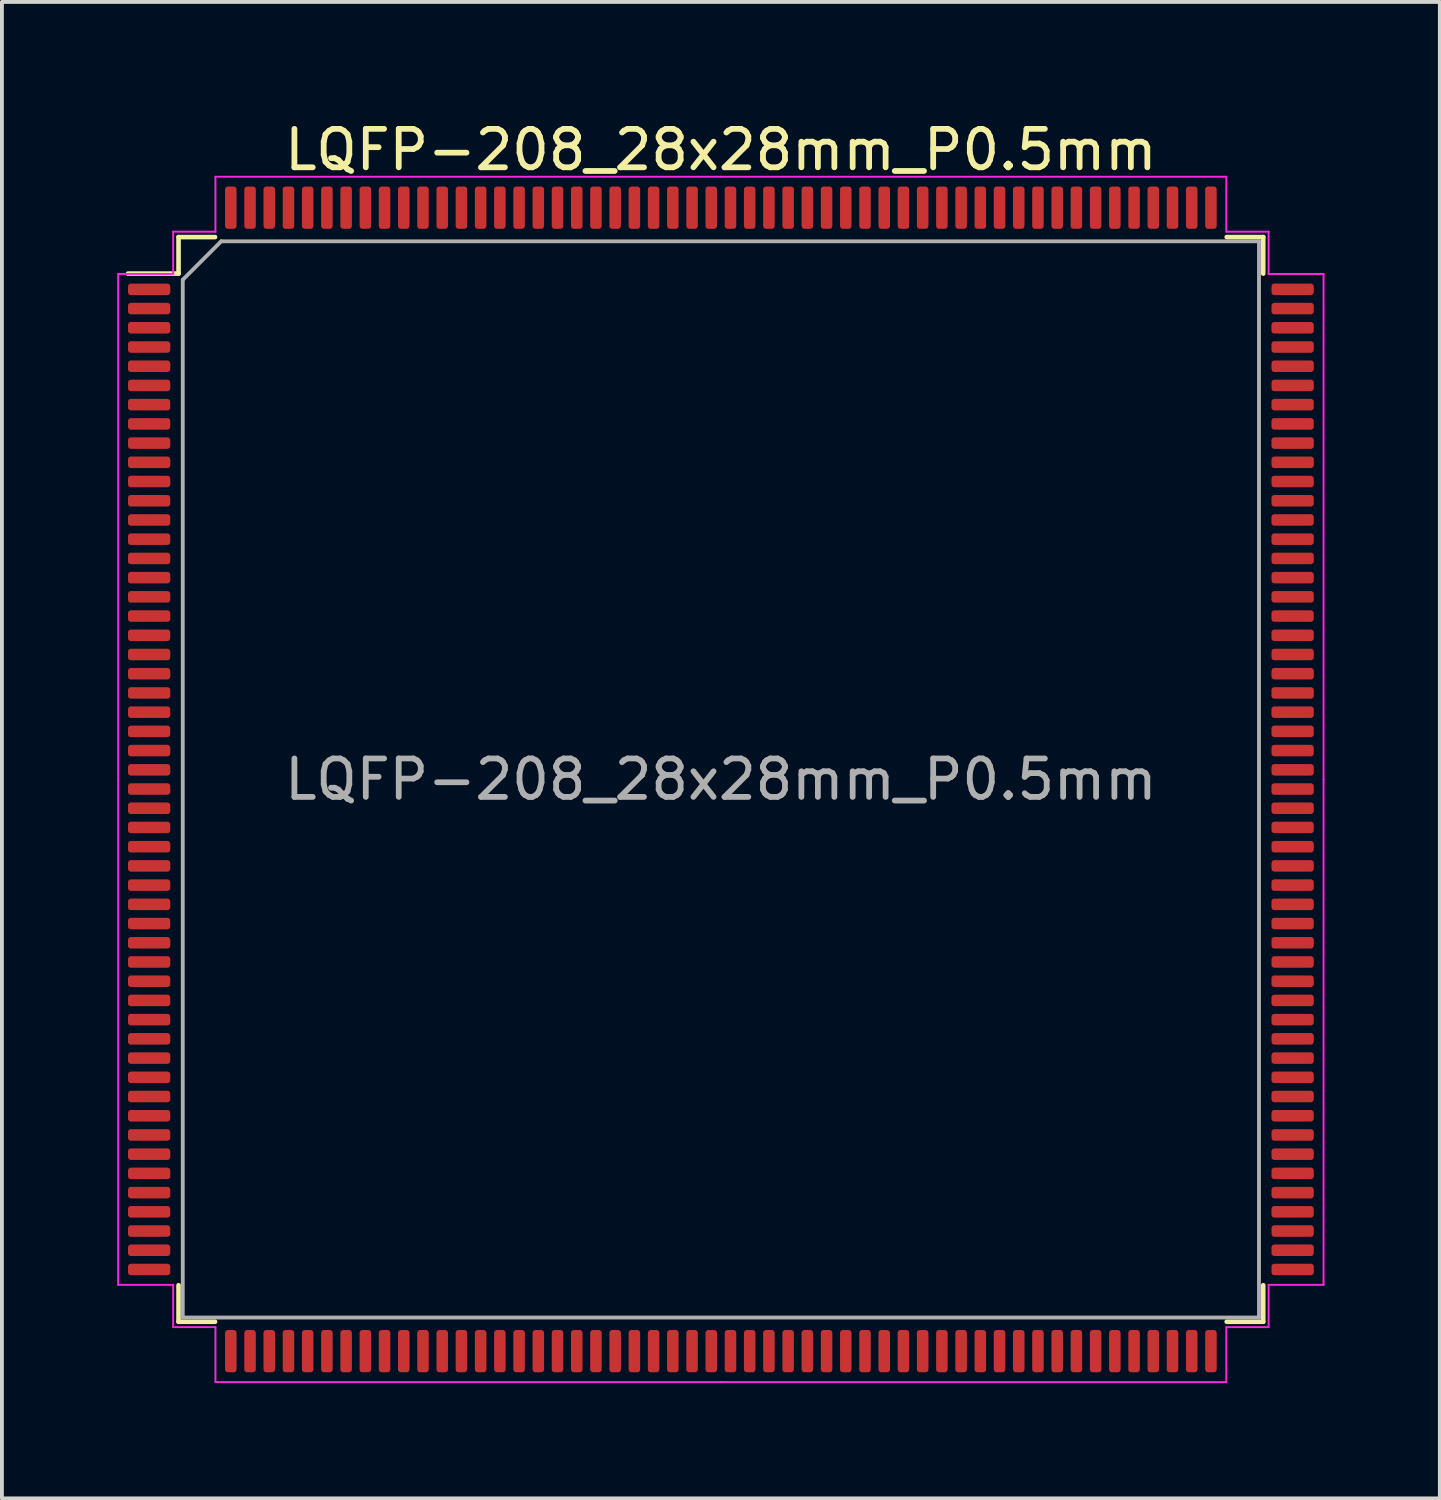
<source format=kicad_pcb>
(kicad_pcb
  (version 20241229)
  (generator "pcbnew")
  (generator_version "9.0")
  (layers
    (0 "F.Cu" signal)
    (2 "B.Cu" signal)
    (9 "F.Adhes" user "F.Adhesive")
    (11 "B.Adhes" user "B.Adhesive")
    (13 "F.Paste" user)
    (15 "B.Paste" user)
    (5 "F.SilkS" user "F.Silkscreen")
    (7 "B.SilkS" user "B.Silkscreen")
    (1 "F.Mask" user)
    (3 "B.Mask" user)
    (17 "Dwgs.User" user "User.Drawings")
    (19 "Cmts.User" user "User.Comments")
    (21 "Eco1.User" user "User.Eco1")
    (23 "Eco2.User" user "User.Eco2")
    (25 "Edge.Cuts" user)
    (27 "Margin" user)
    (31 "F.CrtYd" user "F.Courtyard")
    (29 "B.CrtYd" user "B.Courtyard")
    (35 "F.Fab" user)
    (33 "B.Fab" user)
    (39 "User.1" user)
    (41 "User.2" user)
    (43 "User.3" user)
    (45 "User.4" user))
  (footprint "LQFP-208_28x28mm_P0.5mm"
    (layer "F.Cu")
    (at 15.705 17.228)
    (property "Reference" "LQFP-208_28x28mm_P0.5mm" (at 0 -16.38 0) (layer "F.SilkS") (effects (font (size 1 1) (thickness 0.15))))
    (attr smd)
    (fp_line (start -14.11 -14.11) (end -14.11 -13.16) (stroke (width 0.12) (type solid)) (layer "F.SilkS"))
    (fp_line (start -14.11 -13.16) (end -15.425 -13.16) (stroke (width 0.12) (type solid)) (layer "F.SilkS"))
    (fp_line (start -14.11 14.11) (end -14.11 13.16) (stroke (width 0.12) (type solid)) (layer "F.SilkS"))
    (fp_line (start -13.16 -14.11) (end -14.11 -14.11) (stroke (width 0.12) (type solid)) (layer "F.SilkS"))
    (fp_line (start -13.16 14.11) (end -14.11 14.11) (stroke (width 0.12) (type solid)) (layer "F.SilkS"))
    (fp_line (start 13.16 -14.11) (end 14.11 -14.11) (stroke (width 0.12) (type solid)) (layer "F.SilkS"))
    (fp_line (start 13.16 14.11) (end 14.11 14.11) (stroke (width 0.12) (type solid)) (layer "F.SilkS"))
    (fp_line (start 14.11 -14.11) (end 14.11 -13.16) (stroke (width 0.12) (type solid)) (layer "F.SilkS"))
    (fp_line (start 14.11 14.11) (end 14.11 13.16) (stroke (width 0.12) (type solid)) (layer "F.SilkS"))
    (fp_line (start -15.68 -13.15) (end -15.68 0) (stroke (width 0.05) (type solid)) (layer "F.CrtYd"))
    (fp_line (start -15.68 13.15) (end -15.68 0) (stroke (width 0.05) (type solid)) (layer "F.CrtYd"))
    (fp_line (start -14.25 -14.25) (end -14.25 -13.15) (stroke (width 0.05) (type solid)) (layer "F.CrtYd"))
    (fp_line (start -14.25 -13.15) (end -15.68 -13.15) (stroke (width 0.05) (type solid)) (layer "F.CrtYd"))
    (fp_line (start -14.25 13.15) (end -15.68 13.15) (stroke (width 0.05) (type solid)) (layer "F.CrtYd"))
    (fp_line (start -14.25 14.25) (end -14.25 13.15) (stroke (width 0.05) (type solid)) (layer "F.CrtYd"))
    (fp_line (start -13.15 -15.68) (end -13.15 -14.25) (stroke (width 0.05) (type solid)) (layer "F.CrtYd"))
    (fp_line (start -13.15 -14.25) (end -14.25 -14.25) (stroke (width 0.05) (type solid)) (layer "F.CrtYd"))
    (fp_line (start -13.15 14.25) (end -14.25 14.25) (stroke (width 0.05) (type solid)) (layer "F.CrtYd"))
    (fp_line (start -13.15 15.68) (end -13.15 14.25) (stroke (width 0.05) (type solid)) (layer "F.CrtYd"))
    (fp_line (start 0 -15.68) (end -13.15 -15.68) (stroke (width 0.05) (type solid)) (layer "F.CrtYd"))
    (fp_line (start 0 -15.68) (end 13.15 -15.68) (stroke (width 0.05) (type solid)) (layer "F.CrtYd"))
    (fp_line (start 0 15.68) (end -13.15 15.68) (stroke (width 0.05) (type solid)) (layer "F.CrtYd"))
    (fp_line (start 0 15.68) (end 13.15 15.68) (stroke (width 0.05) (type solid)) (layer "F.CrtYd"))
    (fp_line (start 13.15 -15.68) (end 13.15 -14.25) (stroke (width 0.05) (type solid)) (layer "F.CrtYd"))
    (fp_line (start 13.15 -14.25) (end 14.25 -14.25) (stroke (width 0.05) (type solid)) (layer "F.CrtYd"))
    (fp_line (start 13.15 14.25) (end 14.25 14.25) (stroke (width 0.05) (type solid)) (layer "F.CrtYd"))
    (fp_line (start 13.15 15.68) (end 13.15 14.25) (stroke (width 0.05) (type solid)) (layer "F.CrtYd"))
    (fp_line (start 14.25 -14.25) (end 14.25 -13.15) (stroke (width 0.05) (type solid)) (layer "F.CrtYd"))
    (fp_line (start 14.25 -13.15) (end 15.68 -13.15) (stroke (width 0.05) (type solid)) (layer "F.CrtYd"))
    (fp_line (start 14.25 13.15) (end 15.68 13.15) (stroke (width 0.05) (type solid)) (layer "F.CrtYd"))
    (fp_line (start 14.25 14.25) (end 14.25 13.15) (stroke (width 0.05) (type solid)) (layer "F.CrtYd"))
    (fp_line (start 15.68 -13.15) (end 15.68 0) (stroke (width 0.05) (type solid)) (layer "F.CrtYd"))
    (fp_line (start 15.68 13.15) (end 15.68 0) (stroke (width 0.05) (type solid)) (layer "F.CrtYd"))
    (fp_line (start -14 -13) (end -13 -14) (stroke (width 0.1) (type solid)) (layer "F.Fab"))
    (fp_line (start -14 14) (end -14 -13) (stroke (width 0.1) (type solid)) (layer "F.Fab"))
    (fp_line (start -13 -14) (end 14 -14) (stroke (width 0.1) (type solid)) (layer "F.Fab"))
    (fp_line (start 14 -14) (end 14 14) (stroke (width 0.1) (type solid)) (layer "F.Fab"))
    (fp_line (start 14 14) (end -14 14) (stroke (width 0.1) (type solid)) (layer "F.Fab"))
    (fp_text user "${REFERENCE}" (at 0 0 0) (layer "F.Fab") (effects (font (size 1 1) (thickness 0.15))))
    (pad "1" smd roundrect (at -14.875 -12.75) (size 1.1 0.3) (layers "F.Cu" "F.Mask" "F.Paste") (roundrect_rratio 0.25))
    (pad "2" smd roundrect (at -14.875 -12.25) (size 1.1 0.3) (layers "F.Cu" "F.Mask" "F.Paste") (roundrect_rratio 0.25))
    (pad "3" smd roundrect (at -14.875 -11.75) (size 1.1 0.3) (layers "F.Cu" "F.Mask" "F.Paste") (roundrect_rratio 0.25))
    (pad "4" smd roundrect (at -14.875 -11.25) (size 1.1 0.3) (layers "F.Cu" "F.Mask" "F.Paste") (roundrect_rratio 0.25))
    (pad "5" smd roundrect (at -14.875 -10.75) (size 1.1 0.3) (layers "F.Cu" "F.Mask" "F.Paste") (roundrect_rratio 0.25))
    (pad "6" smd roundrect (at -14.875 -10.25) (size 1.1 0.3) (layers "F.Cu" "F.Mask" "F.Paste") (roundrect_rratio 0.25))
    (pad "7" smd roundrect (at -14.875 -9.75) (size 1.1 0.3) (layers "F.Cu" "F.Mask" "F.Paste") (roundrect_rratio 0.25))
    (pad "8" smd roundrect (at -14.875 -9.25) (size 1.1 0.3) (layers "F.Cu" "F.Mask" "F.Paste") (roundrect_rratio 0.25))
    (pad "9" smd roundrect (at -14.875 -8.75) (size 1.1 0.3) (layers "F.Cu" "F.Mask" "F.Paste") (roundrect_rratio 0.25))
    (pad "10" smd roundrect (at -14.875 -8.25) (size 1.1 0.3) (layers "F.Cu" "F.Mask" "F.Paste") (roundrect_rratio 0.25))
    (pad "11" smd roundrect (at -14.875 -7.75) (size 1.1 0.3) (layers "F.Cu" "F.Mask" "F.Paste") (roundrect_rratio 0.25))
    (pad "12" smd roundrect (at -14.875 -7.25) (size 1.1 0.3) (layers "F.Cu" "F.Mask" "F.Paste") (roundrect_rratio 0.25))
    (pad "13" smd roundrect (at -14.875 -6.75) (size 1.1 0.3) (layers "F.Cu" "F.Mask" "F.Paste") (roundrect_rratio 0.25))
    (pad "14" smd roundrect (at -14.875 -6.25) (size 1.1 0.3) (layers "F.Cu" "F.Mask" "F.Paste") (roundrect_rratio 0.25))
    (pad "15" smd roundrect (at -14.875 -5.75) (size 1.1 0.3) (layers "F.Cu" "F.Mask" "F.Paste") (roundrect_rratio 0.25))
    (pad "16" smd roundrect (at -14.875 -5.25) (size 1.1 0.3) (layers "F.Cu" "F.Mask" "F.Paste") (roundrect_rratio 0.25))
    (pad "17" smd roundrect (at -14.875 -4.75) (size 1.1 0.3) (layers "F.Cu" "F.Mask" "F.Paste") (roundrect_rratio 0.25))
    (pad "18" smd roundrect (at -14.875 -4.25) (size 1.1 0.3) (layers "F.Cu" "F.Mask" "F.Paste") (roundrect_rratio 0.25))
    (pad "19" smd roundrect (at -14.875 -3.75) (size 1.1 0.3) (layers "F.Cu" "F.Mask" "F.Paste") (roundrect_rratio 0.25))
    (pad "20" smd roundrect (at -14.875 -3.25) (size 1.1 0.3) (layers "F.Cu" "F.Mask" "F.Paste") (roundrect_rratio 0.25))
    (pad "21" smd roundrect (at -14.875 -2.75) (size 1.1 0.3) (layers "F.Cu" "F.Mask" "F.Paste") (roundrect_rratio 0.25))
    (pad "22" smd roundrect (at -14.875 -2.25) (size 1.1 0.3) (layers "F.Cu" "F.Mask" "F.Paste") (roundrect_rratio 0.25))
    (pad "23" smd roundrect (at -14.875 -1.75) (size 1.1 0.3) (layers "F.Cu" "F.Mask" "F.Paste") (roundrect_rratio 0.25))
    (pad "24" smd roundrect (at -14.875 -1.25) (size 1.1 0.3) (layers "F.Cu" "F.Mask" "F.Paste") (roundrect_rratio 0.25))
    (pad "25" smd roundrect (at -14.875 -0.75) (size 1.1 0.3) (layers "F.Cu" "F.Mask" "F.Paste") (roundrect_rratio 0.25))
    (pad "26" smd roundrect (at -14.875 -0.25) (size 1.1 0.3) (layers "F.Cu" "F.Mask" "F.Paste") (roundrect_rratio 0.25))
    (pad "27" smd roundrect (at -14.875 0.25) (size 1.1 0.3) (layers "F.Cu" "F.Mask" "F.Paste") (roundrect_rratio 0.25))
    (pad "28" smd roundrect (at -14.875 0.75) (size 1.1 0.3) (layers "F.Cu" "F.Mask" "F.Paste") (roundrect_rratio 0.25))
    (pad "29" smd roundrect (at -14.875 1.25) (size 1.1 0.3) (layers "F.Cu" "F.Mask" "F.Paste") (roundrect_rratio 0.25))
    (pad "30" smd roundrect (at -14.875 1.75) (size 1.1 0.3) (layers "F.Cu" "F.Mask" "F.Paste") (roundrect_rratio 0.25))
    (pad "31" smd roundrect (at -14.875 2.25) (size 1.1 0.3) (layers "F.Cu" "F.Mask" "F.Paste") (roundrect_rratio 0.25))
    (pad "32" smd roundrect (at -14.875 2.75) (size 1.1 0.3) (layers "F.Cu" "F.Mask" "F.Paste") (roundrect_rratio 0.25))
    (pad "33" smd roundrect (at -14.875 3.25) (size 1.1 0.3) (layers "F.Cu" "F.Mask" "F.Paste") (roundrect_rratio 0.25))
    (pad "34" smd roundrect (at -14.875 3.75) (size 1.1 0.3) (layers "F.Cu" "F.Mask" "F.Paste") (roundrect_rratio 0.25))
    (pad "35" smd roundrect (at -14.875 4.25) (size 1.1 0.3) (layers "F.Cu" "F.Mask" "F.Paste") (roundrect_rratio 0.25))
    (pad "36" smd roundrect (at -14.875 4.75) (size 1.1 0.3) (layers "F.Cu" "F.Mask" "F.Paste") (roundrect_rratio 0.25))
    (pad "37" smd roundrect (at -14.875 5.25) (size 1.1 0.3) (layers "F.Cu" "F.Mask" "F.Paste") (roundrect_rratio 0.25))
    (pad "38" smd roundrect (at -14.875 5.75) (size 1.1 0.3) (layers "F.Cu" "F.Mask" "F.Paste") (roundrect_rratio 0.25))
    (pad "39" smd roundrect (at -14.875 6.25) (size 1.1 0.3) (layers "F.Cu" "F.Mask" "F.Paste") (roundrect_rratio 0.25))
    (pad "40" smd roundrect (at -14.875 6.75) (size 1.1 0.3) (layers "F.Cu" "F.Mask" "F.Paste") (roundrect_rratio 0.25))
    (pad "41" smd roundrect (at -14.875 7.25) (size 1.1 0.3) (layers "F.Cu" "F.Mask" "F.Paste") (roundrect_rratio 0.25))
    (pad "42" smd roundrect (at -14.875 7.75) (size 1.1 0.3) (layers "F.Cu" "F.Mask" "F.Paste") (roundrect_rratio 0.25))
    (pad "43" smd roundrect (at -14.875 8.25) (size 1.1 0.3) (layers "F.Cu" "F.Mask" "F.Paste") (roundrect_rratio 0.25))
    (pad "44" smd roundrect (at -14.875 8.75) (size 1.1 0.3) (layers "F.Cu" "F.Mask" "F.Paste") (roundrect_rratio 0.25))
    (pad "45" smd roundrect (at -14.875 9.25) (size 1.1 0.3) (layers "F.Cu" "F.Mask" "F.Paste") (roundrect_rratio 0.25))
    (pad "46" smd roundrect (at -14.875 9.75) (size 1.1 0.3) (layers "F.Cu" "F.Mask" "F.Paste") (roundrect_rratio 0.25))
    (pad "47" smd roundrect (at -14.875 10.25) (size 1.1 0.3) (layers "F.Cu" "F.Mask" "F.Paste") (roundrect_rratio 0.25))
    (pad "48" smd roundrect (at -14.875 10.75) (size 1.1 0.3) (layers "F.Cu" "F.Mask" "F.Paste") (roundrect_rratio 0.25))
    (pad "49" smd roundrect (at -14.875 11.25) (size 1.1 0.3) (layers "F.Cu" "F.Mask" "F.Paste") (roundrect_rratio 0.25))
    (pad "50" smd roundrect (at -14.875 11.75) (size 1.1 0.3) (layers "F.Cu" "F.Mask" "F.Paste") (roundrect_rratio 0.25))
    (pad "51" smd roundrect (at -14.875 12.25) (size 1.1 0.3) (layers "F.Cu" "F.Mask" "F.Paste") (roundrect_rratio 0.25))
    (pad "52" smd roundrect (at -14.875 12.75) (size 1.1 0.3) (layers "F.Cu" "F.Mask" "F.Paste") (roundrect_rratio 0.25))
    (pad "53" smd roundrect (at -12.75 14.875) (size 0.3 1.1) (layers "F.Cu" "F.Mask" "F.Paste") (roundrect_rratio 0.25))
    (pad "54" smd roundrect (at -12.25 14.875) (size 0.3 1.1) (layers "F.Cu" "F.Mask" "F.Paste") (roundrect_rratio 0.25))
    (pad "55" smd roundrect (at -11.75 14.875) (size 0.3 1.1) (layers "F.Cu" "F.Mask" "F.Paste") (roundrect_rratio 0.25))
    (pad "56" smd roundrect (at -11.25 14.875) (size 0.3 1.1) (layers "F.Cu" "F.Mask" "F.Paste") (roundrect_rratio 0.25))
    (pad "57" smd roundrect (at -10.75 14.875) (size 0.3 1.1) (layers "F.Cu" "F.Mask" "F.Paste") (roundrect_rratio 0.25))
    (pad "58" smd roundrect (at -10.25 14.875) (size 0.3 1.1) (layers "F.Cu" "F.Mask" "F.Paste") (roundrect_rratio 0.25))
    (pad "59" smd roundrect (at -9.75 14.875) (size 0.3 1.1) (layers "F.Cu" "F.Mask" "F.Paste") (roundrect_rratio 0.25))
    (pad "60" smd roundrect (at -9.25 14.875) (size 0.3 1.1) (layers "F.Cu" "F.Mask" "F.Paste") (roundrect_rratio 0.25))
    (pad "61" smd roundrect (at -8.75 14.875) (size 0.3 1.1) (layers "F.Cu" "F.Mask" "F.Paste") (roundrect_rratio 0.25))
    (pad "62" smd roundrect (at -8.25 14.875) (size 0.3 1.1) (layers "F.Cu" "F.Mask" "F.Paste") (roundrect_rratio 0.25))
    (pad "63" smd roundrect (at -7.75 14.875) (size 0.3 1.1) (layers "F.Cu" "F.Mask" "F.Paste") (roundrect_rratio 0.25))
    (pad "64" smd roundrect (at -7.25 14.875) (size 0.3 1.1) (layers "F.Cu" "F.Mask" "F.Paste") (roundrect_rratio 0.25))
    (pad "65" smd roundrect (at -6.75 14.875) (size 0.3 1.1) (layers "F.Cu" "F.Mask" "F.Paste") (roundrect_rratio 0.25))
    (pad "66" smd roundrect (at -6.25 14.875) (size 0.3 1.1) (layers "F.Cu" "F.Mask" "F.Paste") (roundrect_rratio 0.25))
    (pad "67" smd roundrect (at -5.75 14.875) (size 0.3 1.1) (layers "F.Cu" "F.Mask" "F.Paste") (roundrect_rratio 0.25))
    (pad "68" smd roundrect (at -5.25 14.875) (size 0.3 1.1) (layers "F.Cu" "F.Mask" "F.Paste") (roundrect_rratio 0.25))
    (pad "69" smd roundrect (at -4.75 14.875) (size 0.3 1.1) (layers "F.Cu" "F.Mask" "F.Paste") (roundrect_rratio 0.25))
    (pad "70" smd roundrect (at -4.25 14.875) (size 0.3 1.1) (layers "F.Cu" "F.Mask" "F.Paste") (roundrect_rratio 0.25))
    (pad "71" smd roundrect (at -3.75 14.875) (size 0.3 1.1) (layers "F.Cu" "F.Mask" "F.Paste") (roundrect_rratio 0.25))
    (pad "72" smd roundrect (at -3.25 14.875) (size 0.3 1.1) (layers "F.Cu" "F.Mask" "F.Paste") (roundrect_rratio 0.25))
    (pad "73" smd roundrect (at -2.75 14.875) (size 0.3 1.1) (layers "F.Cu" "F.Mask" "F.Paste") (roundrect_rratio 0.25))
    (pad "74" smd roundrect (at -2.25 14.875) (size 0.3 1.1) (layers "F.Cu" "F.Mask" "F.Paste") (roundrect_rratio 0.25))
    (pad "75" smd roundrect (at -1.75 14.875) (size 0.3 1.1) (layers "F.Cu" "F.Mask" "F.Paste") (roundrect_rratio 0.25))
    (pad "76" smd roundrect (at -1.25 14.875) (size 0.3 1.1) (layers "F.Cu" "F.Mask" "F.Paste") (roundrect_rratio 0.25))
    (pad "77" smd roundrect (at -0.75 14.875) (size 0.3 1.1) (layers "F.Cu" "F.Mask" "F.Paste") (roundrect_rratio 0.25))
    (pad "78" smd roundrect (at -0.25 14.875) (size 0.3 1.1) (layers "F.Cu" "F.Mask" "F.Paste") (roundrect_rratio 0.25))
    (pad "79" smd roundrect (at 0.25 14.875) (size 0.3 1.1) (layers "F.Cu" "F.Mask" "F.Paste") (roundrect_rratio 0.25))
    (pad "80" smd roundrect (at 0.75 14.875) (size 0.3 1.1) (layers "F.Cu" "F.Mask" "F.Paste") (roundrect_rratio 0.25))
    (pad "81" smd roundrect (at 1.25 14.875) (size 0.3 1.1) (layers "F.Cu" "F.Mask" "F.Paste") (roundrect_rratio 0.25))
    (pad "82" smd roundrect (at 1.75 14.875) (size 0.3 1.1) (layers "F.Cu" "F.Mask" "F.Paste") (roundrect_rratio 0.25))
    (pad "83" smd roundrect (at 2.25 14.875) (size 0.3 1.1) (layers "F.Cu" "F.Mask" "F.Paste") (roundrect_rratio 0.25))
    (pad "84" smd roundrect (at 2.75 14.875) (size 0.3 1.1) (layers "F.Cu" "F.Mask" "F.Paste") (roundrect_rratio 0.25))
    (pad "85" smd roundrect (at 3.25 14.875) (size 0.3 1.1) (layers "F.Cu" "F.Mask" "F.Paste") (roundrect_rratio 0.25))
    (pad "86" smd roundrect (at 3.75 14.875) (size 0.3 1.1) (layers "F.Cu" "F.Mask" "F.Paste") (roundrect_rratio 0.25))
    (pad "87" smd roundrect (at 4.25 14.875) (size 0.3 1.1) (layers "F.Cu" "F.Mask" "F.Paste") (roundrect_rratio 0.25))
    (pad "88" smd roundrect (at 4.75 14.875) (size 0.3 1.1) (layers "F.Cu" "F.Mask" "F.Paste") (roundrect_rratio 0.25))
    (pad "89" smd roundrect (at 5.25 14.875) (size 0.3 1.1) (layers "F.Cu" "F.Mask" "F.Paste") (roundrect_rratio 0.25))
    (pad "90" smd roundrect (at 5.75 14.875) (size 0.3 1.1) (layers "F.Cu" "F.Mask" "F.Paste") (roundrect_rratio 0.25))
    (pad "91" smd roundrect (at 6.25 14.875) (size 0.3 1.1) (layers "F.Cu" "F.Mask" "F.Paste") (roundrect_rratio 0.25))
    (pad "92" smd roundrect (at 6.75 14.875) (size 0.3 1.1) (layers "F.Cu" "F.Mask" "F.Paste") (roundrect_rratio 0.25))
    (pad "93" smd roundrect (at 7.25 14.875) (size 0.3 1.1) (layers "F.Cu" "F.Mask" "F.Paste") (roundrect_rratio 0.25))
    (pad "94" smd roundrect (at 7.75 14.875) (size 0.3 1.1) (layers "F.Cu" "F.Mask" "F.Paste") (roundrect_rratio 0.25))
    (pad "95" smd roundrect (at 8.25 14.875) (size 0.3 1.1) (layers "F.Cu" "F.Mask" "F.Paste") (roundrect_rratio 0.25))
    (pad "96" smd roundrect (at 8.75 14.875) (size 0.3 1.1) (layers "F.Cu" "F.Mask" "F.Paste") (roundrect_rratio 0.25))
    (pad "97" smd roundrect (at 9.25 14.875) (size 0.3 1.1) (layers "F.Cu" "F.Mask" "F.Paste") (roundrect_rratio 0.25))
    (pad "98" smd roundrect (at 9.75 14.875) (size 0.3 1.1) (layers "F.Cu" "F.Mask" "F.Paste") (roundrect_rratio 0.25))
    (pad "99" smd roundrect (at 10.25 14.875) (size 0.3 1.1) (layers "F.Cu" "F.Mask" "F.Paste") (roundrect_rratio 0.25))
    (pad "100" smd roundrect (at 10.75 14.875) (size 0.3 1.1) (layers "F.Cu" "F.Mask" "F.Paste") (roundrect_rratio 0.25))
    (pad "101" smd roundrect (at 11.25 14.875) (size 0.3 1.1) (layers "F.Cu" "F.Mask" "F.Paste") (roundrect_rratio 0.25))
    (pad "102" smd roundrect (at 11.75 14.875) (size 0.3 1.1) (layers "F.Cu" "F.Mask" "F.Paste") (roundrect_rratio 0.25))
    (pad "103" smd roundrect (at 12.25 14.875) (size 0.3 1.1) (layers "F.Cu" "F.Mask" "F.Paste") (roundrect_rratio 0.25))
    (pad "104" smd roundrect (at 12.75 14.875) (size 0.3 1.1) (layers "F.Cu" "F.Mask" "F.Paste") (roundrect_rratio 0.25))
    (pad "105" smd roundrect (at 14.875 12.75) (size 1.1 0.3) (layers "F.Cu" "F.Mask" "F.Paste") (roundrect_rratio 0.25))
    (pad "106" smd roundrect (at 14.875 12.25) (size 1.1 0.3) (layers "F.Cu" "F.Mask" "F.Paste") (roundrect_rratio 0.25))
    (pad "107" smd roundrect (at 14.875 11.75) (size 1.1 0.3) (layers "F.Cu" "F.Mask" "F.Paste") (roundrect_rratio 0.25))
    (pad "108" smd roundrect (at 14.875 11.25) (size 1.1 0.3) (layers "F.Cu" "F.Mask" "F.Paste") (roundrect_rratio 0.25))
    (pad "109" smd roundrect (at 14.875 10.75) (size 1.1 0.3) (layers "F.Cu" "F.Mask" "F.Paste") (roundrect_rratio 0.25))
    (pad "110" smd roundrect (at 14.875 10.25) (size 1.1 0.3) (layers "F.Cu" "F.Mask" "F.Paste") (roundrect_rratio 0.25))
    (pad "111" smd roundrect (at 14.875 9.75) (size 1.1 0.3) (layers "F.Cu" "F.Mask" "F.Paste") (roundrect_rratio 0.25))
    (pad "112" smd roundrect (at 14.875 9.25) (size 1.1 0.3) (layers "F.Cu" "F.Mask" "F.Paste") (roundrect_rratio 0.25))
    (pad "113" smd roundrect (at 14.875 8.75) (size 1.1 0.3) (layers "F.Cu" "F.Mask" "F.Paste") (roundrect_rratio 0.25))
    (pad "114" smd roundrect (at 14.875 8.25) (size 1.1 0.3) (layers "F.Cu" "F.Mask" "F.Paste") (roundrect_rratio 0.25))
    (pad "115" smd roundrect (at 14.875 7.75) (size 1.1 0.3) (layers "F.Cu" "F.Mask" "F.Paste") (roundrect_rratio 0.25))
    (pad "116" smd roundrect (at 14.875 7.25) (size 1.1 0.3) (layers "F.Cu" "F.Mask" "F.Paste") (roundrect_rratio 0.25))
    (pad "117" smd roundrect (at 14.875 6.75) (size 1.1 0.3) (layers "F.Cu" "F.Mask" "F.Paste") (roundrect_rratio 0.25))
    (pad "118" smd roundrect (at 14.875 6.25) (size 1.1 0.3) (layers "F.Cu" "F.Mask" "F.Paste") (roundrect_rratio 0.25))
    (pad "119" smd roundrect (at 14.875 5.75) (size 1.1 0.3) (layers "F.Cu" "F.Mask" "F.Paste") (roundrect_rratio 0.25))
    (pad "120" smd roundrect (at 14.875 5.25) (size 1.1 0.3) (layers "F.Cu" "F.Mask" "F.Paste") (roundrect_rratio 0.25))
    (pad "121" smd roundrect (at 14.875 4.75) (size 1.1 0.3) (layers "F.Cu" "F.Mask" "F.Paste") (roundrect_rratio 0.25))
    (pad "122" smd roundrect (at 14.875 4.25) (size 1.1 0.3) (layers "F.Cu" "F.Mask" "F.Paste") (roundrect_rratio 0.25))
    (pad "123" smd roundrect (at 14.875 3.75) (size 1.1 0.3) (layers "F.Cu" "F.Mask" "F.Paste") (roundrect_rratio 0.25))
    (pad "124" smd roundrect (at 14.875 3.25) (size 1.1 0.3) (layers "F.Cu" "F.Mask" "F.Paste") (roundrect_rratio 0.25))
    (pad "125" smd roundrect (at 14.875 2.75) (size 1.1 0.3) (layers "F.Cu" "F.Mask" "F.Paste") (roundrect_rratio 0.25))
    (pad "126" smd roundrect (at 14.875 2.25) (size 1.1 0.3) (layers "F.Cu" "F.Mask" "F.Paste") (roundrect_rratio 0.25))
    (pad "127" smd roundrect (at 14.875 1.75) (size 1.1 0.3) (layers "F.Cu" "F.Mask" "F.Paste") (roundrect_rratio 0.25))
    (pad "128" smd roundrect (at 14.875 1.25) (size 1.1 0.3) (layers "F.Cu" "F.Mask" "F.Paste") (roundrect_rratio 0.25))
    (pad "129" smd roundrect (at 14.875 0.75) (size 1.1 0.3) (layers "F.Cu" "F.Mask" "F.Paste") (roundrect_rratio 0.25))
    (pad "130" smd roundrect (at 14.875 0.25) (size 1.1 0.3) (layers "F.Cu" "F.Mask" "F.Paste") (roundrect_rratio 0.25))
    (pad "131" smd roundrect (at 14.875 -0.25) (size 1.1 0.3) (layers "F.Cu" "F.Mask" "F.Paste") (roundrect_rratio 0.25))
    (pad "132" smd roundrect (at 14.875 -0.75) (size 1.1 0.3) (layers "F.Cu" "F.Mask" "F.Paste") (roundrect_rratio 0.25))
    (pad "133" smd roundrect (at 14.875 -1.25) (size 1.1 0.3) (layers "F.Cu" "F.Mask" "F.Paste") (roundrect_rratio 0.25))
    (pad "134" smd roundrect (at 14.875 -1.75) (size 1.1 0.3) (layers "F.Cu" "F.Mask" "F.Paste") (roundrect_rratio 0.25))
    (pad "135" smd roundrect (at 14.875 -2.25) (size 1.1 0.3) (layers "F.Cu" "F.Mask" "F.Paste") (roundrect_rratio 0.25))
    (pad "136" smd roundrect (at 14.875 -2.75) (size 1.1 0.3) (layers "F.Cu" "F.Mask" "F.Paste") (roundrect_rratio 0.25))
    (pad "137" smd roundrect (at 14.875 -3.25) (size 1.1 0.3) (layers "F.Cu" "F.Mask" "F.Paste") (roundrect_rratio 0.25))
    (pad "138" smd roundrect (at 14.875 -3.75) (size 1.1 0.3) (layers "F.Cu" "F.Mask" "F.Paste") (roundrect_rratio 0.25))
    (pad "139" smd roundrect (at 14.875 -4.25) (size 1.1 0.3) (layers "F.Cu" "F.Mask" "F.Paste") (roundrect_rratio 0.25))
    (pad "140" smd roundrect (at 14.875 -4.75) (size 1.1 0.3) (layers "F.Cu" "F.Mask" "F.Paste") (roundrect_rratio 0.25))
    (pad "141" smd roundrect (at 14.875 -5.25) (size 1.1 0.3) (layers "F.Cu" "F.Mask" "F.Paste") (roundrect_rratio 0.25))
    (pad "142" smd roundrect (at 14.875 -5.75) (size 1.1 0.3) (layers "F.Cu" "F.Mask" "F.Paste") (roundrect_rratio 0.25))
    (pad "143" smd roundrect (at 14.875 -6.25) (size 1.1 0.3) (layers "F.Cu" "F.Mask" "F.Paste") (roundrect_rratio 0.25))
    (pad "144" smd roundrect (at 14.875 -6.75) (size 1.1 0.3) (layers "F.Cu" "F.Mask" "F.Paste") (roundrect_rratio 0.25))
    (pad "145" smd roundrect (at 14.875 -7.25) (size 1.1 0.3) (layers "F.Cu" "F.Mask" "F.Paste") (roundrect_rratio 0.25))
    (pad "146" smd roundrect (at 14.875 -7.75) (size 1.1 0.3) (layers "F.Cu" "F.Mask" "F.Paste") (roundrect_rratio 0.25))
    (pad "147" smd roundrect (at 14.875 -8.25) (size 1.1 0.3) (layers "F.Cu" "F.Mask" "F.Paste") (roundrect_rratio 0.25))
    (pad "148" smd roundrect (at 14.875 -8.75) (size 1.1 0.3) (layers "F.Cu" "F.Mask" "F.Paste") (roundrect_rratio 0.25))
    (pad "149" smd roundrect (at 14.875 -9.25) (size 1.1 0.3) (layers "F.Cu" "F.Mask" "F.Paste") (roundrect_rratio 0.25))
    (pad "150" smd roundrect (at 14.875 -9.75) (size 1.1 0.3) (layers "F.Cu" "F.Mask" "F.Paste") (roundrect_rratio 0.25))
    (pad "151" smd roundrect (at 14.875 -10.25) (size 1.1 0.3) (layers "F.Cu" "F.Mask" "F.Paste") (roundrect_rratio 0.25))
    (pad "152" smd roundrect (at 14.875 -10.75) (size 1.1 0.3) (layers "F.Cu" "F.Mask" "F.Paste") (roundrect_rratio 0.25))
    (pad "153" smd roundrect (at 14.875 -11.25) (size 1.1 0.3) (layers "F.Cu" "F.Mask" "F.Paste") (roundrect_rratio 0.25))
    (pad "154" smd roundrect (at 14.875 -11.75) (size 1.1 0.3) (layers "F.Cu" "F.Mask" "F.Paste") (roundrect_rratio 0.25))
    (pad "155" smd roundrect (at 14.875 -12.25) (size 1.1 0.3) (layers "F.Cu" "F.Mask" "F.Paste") (roundrect_rratio 0.25))
    (pad "156" smd roundrect (at 14.875 -12.75) (size 1.1 0.3) (layers "F.Cu" "F.Mask" "F.Paste") (roundrect_rratio 0.25))
    (pad "157" smd roundrect (at 12.75 -14.875) (size 0.3 1.1) (layers "F.Cu" "F.Mask" "F.Paste") (roundrect_rratio 0.25))
    (pad "158" smd roundrect (at 12.25 -14.875) (size 0.3 1.1) (layers "F.Cu" "F.Mask" "F.Paste") (roundrect_rratio 0.25))
    (pad "159" smd roundrect (at 11.75 -14.875) (size 0.3 1.1) (layers "F.Cu" "F.Mask" "F.Paste") (roundrect_rratio 0.25))
    (pad "160" smd roundrect (at 11.25 -14.875) (size 0.3 1.1) (layers "F.Cu" "F.Mask" "F.Paste") (roundrect_rratio 0.25))
    (pad "161" smd roundrect (at 10.75 -14.875) (size 0.3 1.1) (layers "F.Cu" "F.Mask" "F.Paste") (roundrect_rratio 0.25))
    (pad "162" smd roundrect (at 10.25 -14.875) (size 0.3 1.1) (layers "F.Cu" "F.Mask" "F.Paste") (roundrect_rratio 0.25))
    (pad "163" smd roundrect (at 9.75 -14.875) (size 0.3 1.1) (layers "F.Cu" "F.Mask" "F.Paste") (roundrect_rratio 0.25))
    (pad "164" smd roundrect (at 9.25 -14.875) (size 0.3 1.1) (layers "F.Cu" "F.Mask" "F.Paste") (roundrect_rratio 0.25))
    (pad "165" smd roundrect (at 8.75 -14.875) (size 0.3 1.1) (layers "F.Cu" "F.Mask" "F.Paste") (roundrect_rratio 0.25))
    (pad "166" smd roundrect (at 8.25 -14.875) (size 0.3 1.1) (layers "F.Cu" "F.Mask" "F.Paste") (roundrect_rratio 0.25))
    (pad "167" smd roundrect (at 7.75 -14.875) (size 0.3 1.1) (layers "F.Cu" "F.Mask" "F.Paste") (roundrect_rratio 0.25))
    (pad "168" smd roundrect (at 7.25 -14.875) (size 0.3 1.1) (layers "F.Cu" "F.Mask" "F.Paste") (roundrect_rratio 0.25))
    (pad "169" smd roundrect (at 6.75 -14.875) (size 0.3 1.1) (layers "F.Cu" "F.Mask" "F.Paste") (roundrect_rratio 0.25))
    (pad "170" smd roundrect (at 6.25 -14.875) (size 0.3 1.1) (layers "F.Cu" "F.Mask" "F.Paste") (roundrect_rratio 0.25))
    (pad "171" smd roundrect (at 5.75 -14.875) (size 0.3 1.1) (layers "F.Cu" "F.Mask" "F.Paste") (roundrect_rratio 0.25))
    (pad "172" smd roundrect (at 5.25 -14.875) (size 0.3 1.1) (layers "F.Cu" "F.Mask" "F.Paste") (roundrect_rratio 0.25))
    (pad "173" smd roundrect (at 4.75 -14.875) (size 0.3 1.1) (layers "F.Cu" "F.Mask" "F.Paste") (roundrect_rratio 0.25))
    (pad "174" smd roundrect (at 4.25 -14.875) (size 0.3 1.1) (layers "F.Cu" "F.Mask" "F.Paste") (roundrect_rratio 0.25))
    (pad "175" smd roundrect (at 3.75 -14.875) (size 0.3 1.1) (layers "F.Cu" "F.Mask" "F.Paste") (roundrect_rratio 0.25))
    (pad "176" smd roundrect (at 3.25 -14.875) (size 0.3 1.1) (layers "F.Cu" "F.Mask" "F.Paste") (roundrect_rratio 0.25))
    (pad "177" smd roundrect (at 2.75 -14.875) (size 0.3 1.1) (layers "F.Cu" "F.Mask" "F.Paste") (roundrect_rratio 0.25))
    (pad "178" smd roundrect (at 2.25 -14.875) (size 0.3 1.1) (layers "F.Cu" "F.Mask" "F.Paste") (roundrect_rratio 0.25))
    (pad "179" smd roundrect (at 1.75 -14.875) (size 0.3 1.1) (layers "F.Cu" "F.Mask" "F.Paste") (roundrect_rratio 0.25))
    (pad "180" smd roundrect (at 1.25 -14.875) (size 0.3 1.1) (layers "F.Cu" "F.Mask" "F.Paste") (roundrect_rratio 0.25))
    (pad "181" smd roundrect (at 0.75 -14.875) (size 0.3 1.1) (layers "F.Cu" "F.Mask" "F.Paste") (roundrect_rratio 0.25))
    (pad "182" smd roundrect (at 0.25 -14.875) (size 0.3 1.1) (layers "F.Cu" "F.Mask" "F.Paste") (roundrect_rratio 0.25))
    (pad "183" smd roundrect (at -0.25 -14.875) (size 0.3 1.1) (layers "F.Cu" "F.Mask" "F.Paste") (roundrect_rratio 0.25))
    (pad "184" smd roundrect (at -0.75 -14.875) (size 0.3 1.1) (layers "F.Cu" "F.Mask" "F.Paste") (roundrect_rratio 0.25))
    (pad "185" smd roundrect (at -1.25 -14.875) (size 0.3 1.1) (layers "F.Cu" "F.Mask" "F.Paste") (roundrect_rratio 0.25))
    (pad "186" smd roundrect (at -1.75 -14.875) (size 0.3 1.1) (layers "F.Cu" "F.Mask" "F.Paste") (roundrect_rratio 0.25))
    (pad "187" smd roundrect (at -2.25 -14.875) (size 0.3 1.1) (layers "F.Cu" "F.Mask" "F.Paste") (roundrect_rratio 0.25))
    (pad "188" smd roundrect (at -2.75 -14.875) (size 0.3 1.1) (layers "F.Cu" "F.Mask" "F.Paste") (roundrect_rratio 0.25))
    (pad "189" smd roundrect (at -3.25 -14.875) (size 0.3 1.1) (layers "F.Cu" "F.Mask" "F.Paste") (roundrect_rratio 0.25))
    (pad "190" smd roundrect (at -3.75 -14.875) (size 0.3 1.1) (layers "F.Cu" "F.Mask" "F.Paste") (roundrect_rratio 0.25))
    (pad "191" smd roundrect (at -4.25 -14.875) (size 0.3 1.1) (layers "F.Cu" "F.Mask" "F.Paste") (roundrect_rratio 0.25))
    (pad "192" smd roundrect (at -4.75 -14.875) (size 0.3 1.1) (layers "F.Cu" "F.Mask" "F.Paste") (roundrect_rratio 0.25))
    (pad "193" smd roundrect (at -5.25 -14.875) (size 0.3 1.1) (layers "F.Cu" "F.Mask" "F.Paste") (roundrect_rratio 0.25))
    (pad "194" smd roundrect (at -5.75 -14.875) (size 0.3 1.1) (layers "F.Cu" "F.Mask" "F.Paste") (roundrect_rratio 0.25))
    (pad "195" smd roundrect (at -6.25 -14.875) (size 0.3 1.1) (layers "F.Cu" "F.Mask" "F.Paste") (roundrect_rratio 0.25))
    (pad "196" smd roundrect (at -6.75 -14.875) (size 0.3 1.1) (layers "F.Cu" "F.Mask" "F.Paste") (roundrect_rratio 0.25))
    (pad "197" smd roundrect (at -7.25 -14.875) (size 0.3 1.1) (layers "F.Cu" "F.Mask" "F.Paste") (roundrect_rratio 0.25))
    (pad "198" smd roundrect (at -7.75 -14.875) (size 0.3 1.1) (layers "F.Cu" "F.Mask" "F.Paste") (roundrect_rratio 0.25))
    (pad "199" smd roundrect (at -8.25 -14.875) (size 0.3 1.1) (layers "F.Cu" "F.Mask" "F.Paste") (roundrect_rratio 0.25))
    (pad "200" smd roundrect (at -8.75 -14.875) (size 0.3 1.1) (layers "F.Cu" "F.Mask" "F.Paste") (roundrect_rratio 0.25))
    (pad "201" smd roundrect (at -9.25 -14.875) (size 0.3 1.1) (layers "F.Cu" "F.Mask" "F.Paste") (roundrect_rratio 0.25))
    (pad "202" smd roundrect (at -9.75 -14.875) (size 0.3 1.1) (layers "F.Cu" "F.Mask" "F.Paste") (roundrect_rratio 0.25))
    (pad "203" smd roundrect (at -10.25 -14.875) (size 0.3 1.1) (layers "F.Cu" "F.Mask" "F.Paste") (roundrect_rratio 0.25))
    (pad "204" smd roundrect (at -10.75 -14.875) (size 0.3 1.1) (layers "F.Cu" "F.Mask" "F.Paste") (roundrect_rratio 0.25))
    (pad "205" smd roundrect (at -11.25 -14.875) (size 0.3 1.1) (layers "F.Cu" "F.Mask" "F.Paste") (roundrect_rratio 0.25))
    (pad "206" smd roundrect (at -11.75 -14.875) (size 0.3 1.1) (layers "F.Cu" "F.Mask" "F.Paste") (roundrect_rratio 0.25))
    (pad "207" smd roundrect (at -12.25 -14.875) (size 0.3 1.1) (layers "F.Cu" "F.Mask" "F.Paste") (roundrect_rratio 0.25))
    (pad "208" smd roundrect (at -12.75 -14.875) (size 0.3 1.1) (layers "F.Cu" "F.Mask" "F.Paste") (roundrect_rratio 0.25)))
  (gr_rect
    (start -3 -3)
    (end 34.41 35.933)
    (stroke (width 0.1) (type default))
    (fill no)
    (layer "Edge.Cuts")))
</source>
